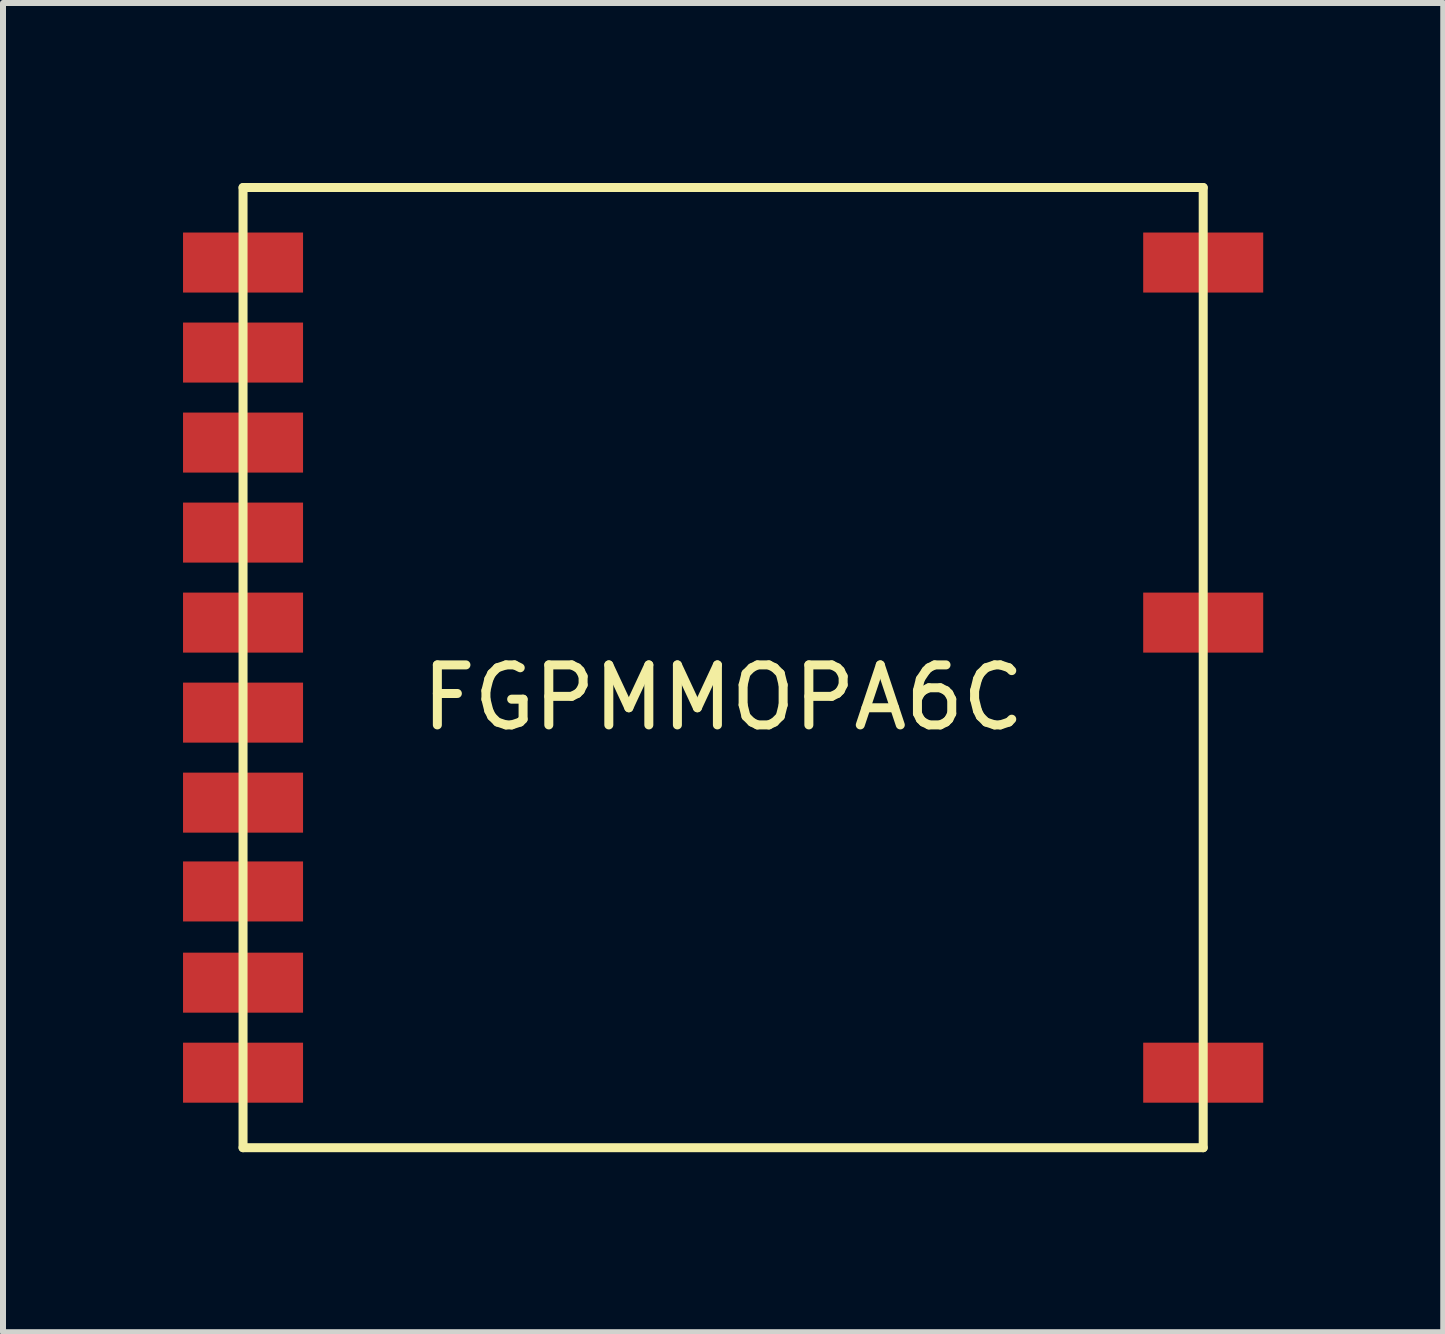
<source format=kicad_pcb>
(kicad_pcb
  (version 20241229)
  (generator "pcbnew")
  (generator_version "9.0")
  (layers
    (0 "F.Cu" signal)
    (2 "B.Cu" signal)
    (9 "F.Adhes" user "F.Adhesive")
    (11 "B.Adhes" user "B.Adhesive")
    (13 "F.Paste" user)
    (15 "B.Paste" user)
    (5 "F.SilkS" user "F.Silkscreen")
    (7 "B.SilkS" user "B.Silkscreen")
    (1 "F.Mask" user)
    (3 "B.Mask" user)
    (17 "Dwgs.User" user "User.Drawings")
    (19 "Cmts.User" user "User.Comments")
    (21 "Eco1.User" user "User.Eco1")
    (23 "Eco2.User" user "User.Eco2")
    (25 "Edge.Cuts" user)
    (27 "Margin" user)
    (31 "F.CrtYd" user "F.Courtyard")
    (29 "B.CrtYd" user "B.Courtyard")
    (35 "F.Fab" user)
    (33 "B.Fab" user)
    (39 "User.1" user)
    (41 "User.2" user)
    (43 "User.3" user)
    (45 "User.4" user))
  (footprint "FGPMMOPA6C"
    (layer "F.Cu")
    (at 9 8.075)
    (property "Reference" "FGPMMOPA6C" (at 0 0.5 0) (layer "F.SilkS") (effects (font (size 1 1) (thickness 0.15))))
    (attr through_hole)
    (fp_line (start -8 -8) (end 8 -8) (stroke (width 0.15) (type solid)) (layer "F.SilkS"))
    (fp_line (start -8 8) (end -8 -8) (stroke (width 0.15) (type solid)) (layer "F.SilkS"))
    (fp_line (start -8 8) (end 8 8) (stroke (width 0.15) (type solid)) (layer "F.SilkS"))
    (fp_line (start 8 -8) (end 8 8) (stroke (width 0.15) (type solid)) (layer "F.SilkS"))
    (pad "1" smd rect (at -8 -6.75) (size 2 1) (layers "F.Cu" "F.Mask" "F.Paste"))
    (pad "2" smd rect (at -8 -5.25) (size 2 1) (layers "F.Cu" "F.Mask" "F.Paste"))
    (pad "3" smd rect (at -8 -3.75) (size 2 1) (layers "F.Cu" "F.Mask" "F.Paste"))
    (pad "4" smd rect (at -8 -2.25) (size 2 1) (layers "F.Cu" "F.Mask" "F.Paste"))
    (pad "5" smd rect (at -8 -0.75) (size 2 1) (layers "F.Cu" "F.Mask" "F.Paste"))
    (pad "6" smd rect (at -8 0.75) (size 2 1) (layers "F.Cu" "F.Mask" "F.Paste"))
    (pad "7" smd rect (at -8 2.25) (size 2 1) (layers "F.Cu" "F.Mask" "F.Paste"))
    (pad "8" smd rect (at -8 3.73) (size 2 1) (layers "F.Cu" "F.Mask" "F.Paste"))
    (pad "9" smd rect (at -8 5.25) (size 2 1) (layers "F.Cu" "F.Mask" "F.Paste"))
    (pad "10" smd rect (at -8 6.75) (size 2 1) (layers "F.Cu" "F.Mask" "F.Paste"))
    (pad "11" smd rect (at 8 6.75) (size 2 1) (layers "F.Cu" "F.Mask" "F.Paste"))
    (pad "12" smd rect (at 8 -0.75) (size 2 1) (layers "F.Cu" "F.Mask" "F.Paste"))
    (pad "13" smd rect (at 8 -6.75) (size 2 1) (layers "F.Cu" "F.Mask" "F.Paste")))
  (gr_rect
    (start -3 -3)
    (end 21 19.15)
    (stroke (width 0.1) (type default))
    (fill no)
    (layer "Edge.Cuts")))
</source>
